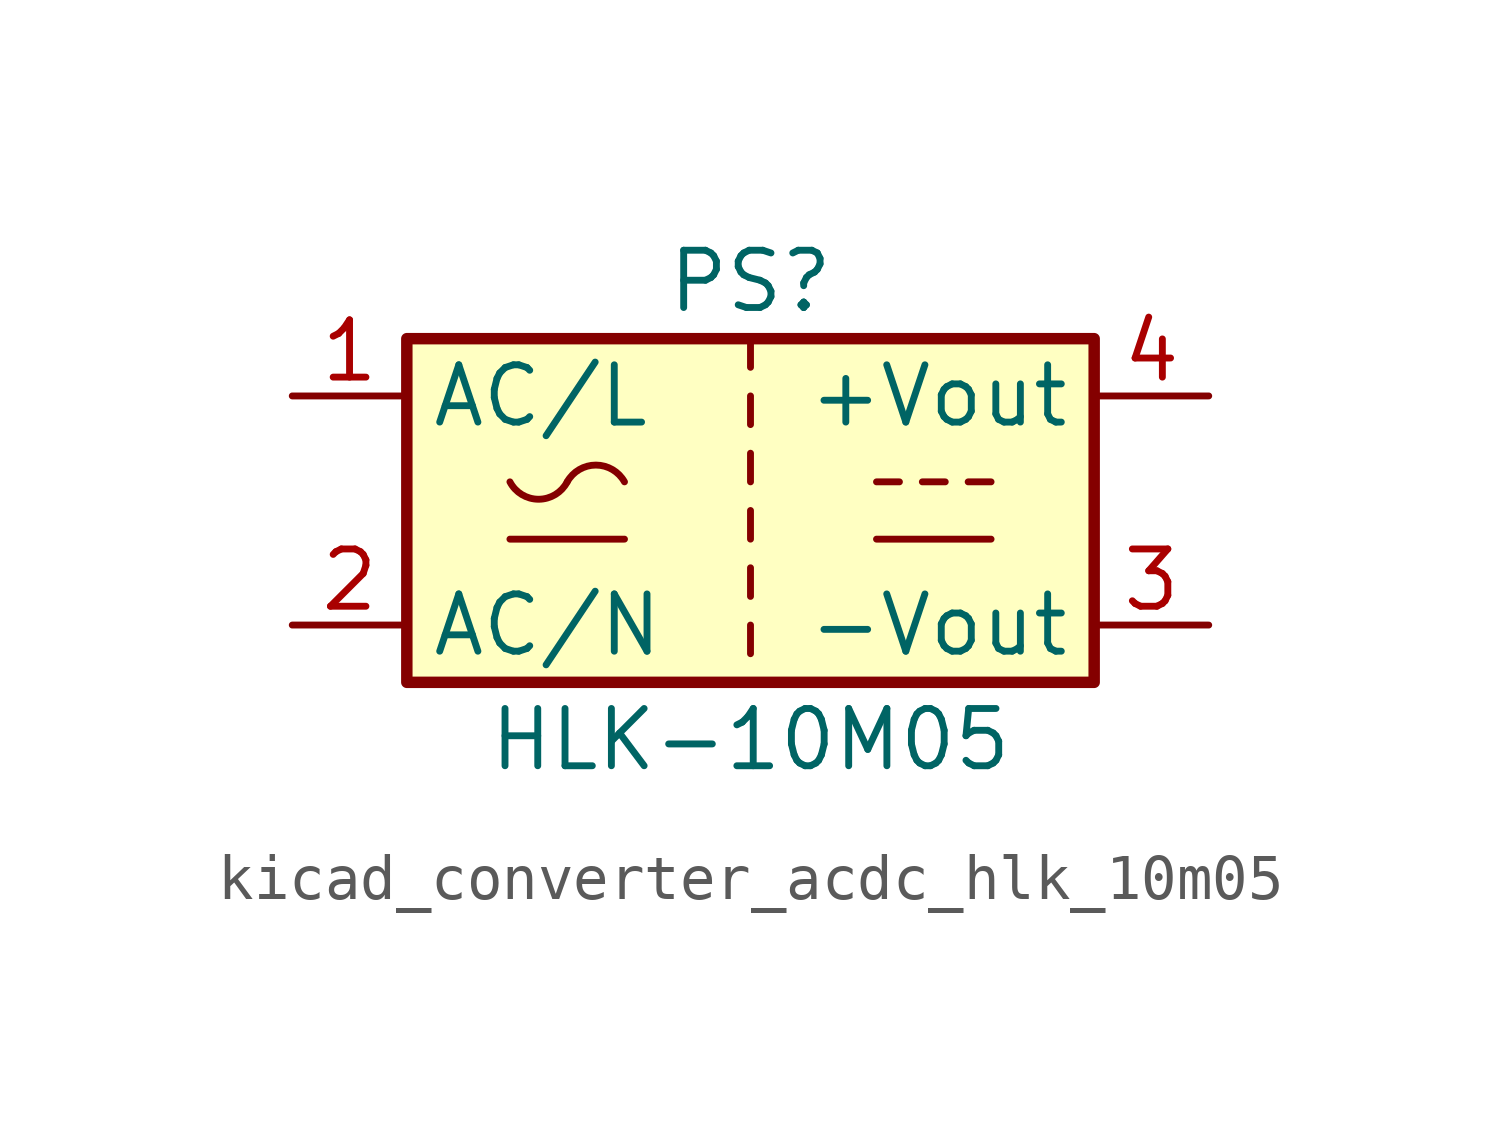
<source format=kicad_sym>
(kicad_symbol_lib
  (version 20220914)
  (generator kicad_symbol_editor)
  (symbol "kicad_converter_acdc_hlk_10m05"
    (property "Reference" "PS"
      (at 0 5.08 0)
      (effects (font (size 1.27 1.27))))
    (property "Value" "HLK-10M05"
      (at 0 -5.08 0)
      (effects (font (size 1.27 1.27))))
    (symbol "kicad_converter_acdc_hlk_10m05_0_1"
      (rectangle (start -7.62 3.81) (end 7.62 -3.81) (stroke (width 0.254) (type default)) (fill (type background)))
      (arc (start -5.334 0.635) (mid -4.699 0.2495) (end -4.064 0.635) (stroke (width 0) (type default)) (fill (type none)))
      (arc (start -2.794 0.635) (mid -3.429 1.0072) (end -4.064 0.635) (stroke (width 0) (type default)) (fill (type none)))
      (polyline (pts (xy -5.334 -0.635) (xy -2.794 -0.635)) (stroke (width 0) (type default)) (fill (type none)))
      (polyline (pts (xy 0 -2.54) (xy 0 -3.175)) (stroke (width 0) (type default)) (fill (type none)))
      (polyline (pts (xy 0 -1.27) (xy 0 -1.905)) (stroke (width 0) (type default)) (fill (type none)))
      (polyline (pts (xy 0 0) (xy 0 -0.635)) (stroke (width 0) (type default)) (fill (type none)))
      (polyline (pts (xy 0 1.27) (xy 0 0.635)) (stroke (width 0) (type default)) (fill (type none)))
      (polyline (pts (xy 0 2.54) (xy 0 1.905)) (stroke (width 0) (type default)) (fill (type none)))
      (polyline (pts (xy 0 3.81) (xy 0 3.175)) (stroke (width 0) (type default)) (fill (type none)))
      (polyline (pts (xy 2.794 -0.635) (xy 5.334 -0.635)) (stroke (width 0) (type default)) (fill (type none)))
      (polyline (pts (xy 2.794 0.635) (xy 3.302 0.635)) (stroke (width 0) (type default)) (fill (type none)))
      (polyline (pts (xy 3.81 0.635) (xy 4.318 0.635)) (stroke (width 0) (type default)) (fill (type none)))
      (polyline (pts (xy 4.826 0.635) (xy 5.334 0.635)) (stroke (width 0) (type default)) (fill (type none))))
    (symbol "kicad_converter_acdc_hlk_10m05_1_1"
      (pin power_in line (at -10.16 2.54 0) (length 2.54) (name "AC/L" (effects (font (size 1.27 1.27)))) (number "1" (effects (font (size 1.27 1.27)))))
      (pin power_in line (at -10.16 -2.54 0) (length 2.54) (name "AC/N" (effects (font (size 1.27 1.27)))) (number "2" (effects (font (size 1.27 1.27)))))
      (pin power_out line (at 10.16 -2.54 180) (length 2.54) (name "-Vout" (effects (font (size 1.27 1.27)))) (number "3" (effects (font (size 1.27 1.27)))))
      (pin power_out line (at 10.16 2.54 180) (length 2.54) (name "+Vout" (effects (font (size 1.27 1.27)))) (number "4" (effects (font (size 1.27 1.27))))))))
</source>
